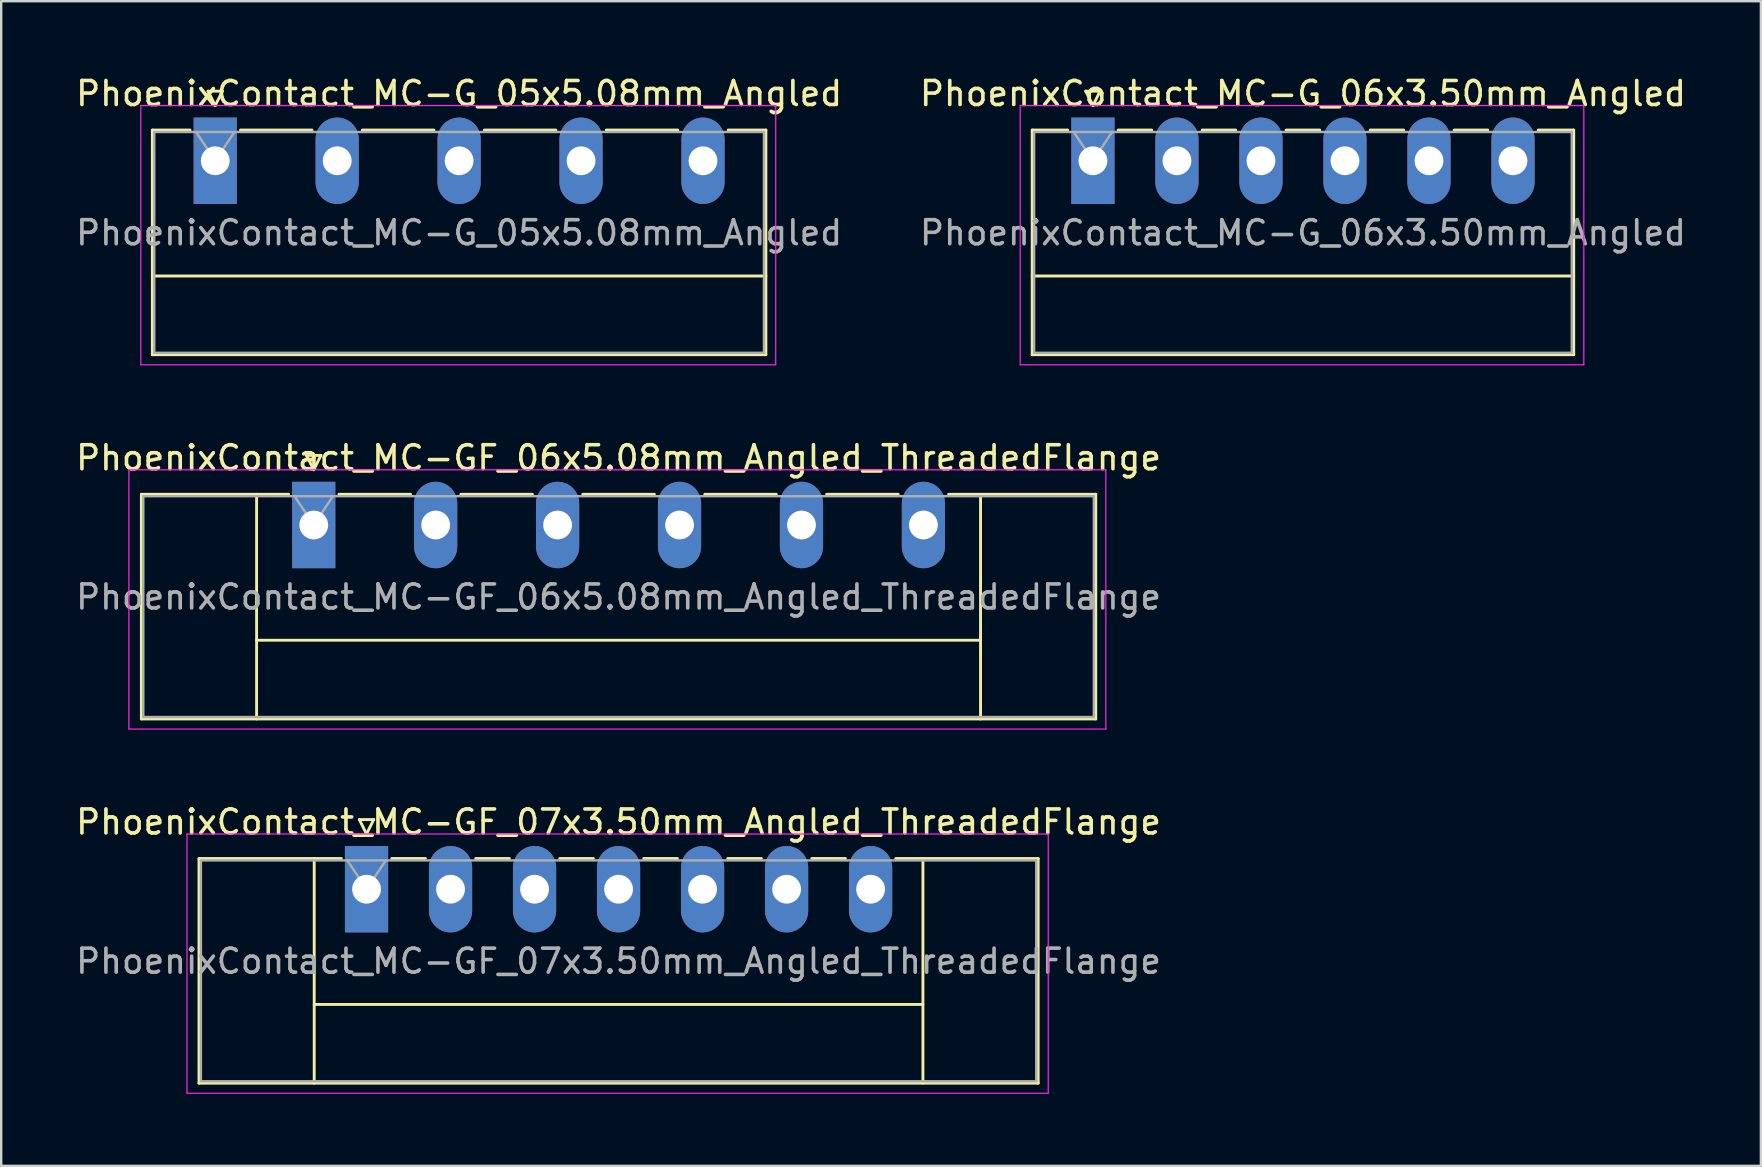
<source format=kicad_pcb>
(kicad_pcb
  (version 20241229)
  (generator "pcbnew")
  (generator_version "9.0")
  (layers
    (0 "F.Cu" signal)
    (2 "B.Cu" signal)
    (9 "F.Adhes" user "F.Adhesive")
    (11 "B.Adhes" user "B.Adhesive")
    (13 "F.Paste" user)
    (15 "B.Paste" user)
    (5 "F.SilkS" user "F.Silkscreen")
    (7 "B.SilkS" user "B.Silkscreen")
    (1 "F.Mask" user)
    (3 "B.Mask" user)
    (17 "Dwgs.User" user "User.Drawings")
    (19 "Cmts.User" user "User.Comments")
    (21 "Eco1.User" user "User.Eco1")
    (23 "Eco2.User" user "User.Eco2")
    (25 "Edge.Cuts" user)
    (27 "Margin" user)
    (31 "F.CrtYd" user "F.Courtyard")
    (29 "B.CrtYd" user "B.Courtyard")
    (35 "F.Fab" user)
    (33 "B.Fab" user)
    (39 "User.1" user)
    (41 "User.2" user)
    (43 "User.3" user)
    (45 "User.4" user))
  (footprint "PhoenixContact_MC-GF_06x5.08mm_Angled_ThreadedFlange"
    (layer "F.Cu")
    (at 10.02 18.822)
    (property "Reference" "PhoenixContact_MC-GF_06x5.08mm_Angled_ThreadedFlange" (at 12.7 -2.8 0) (layer "F.SilkS") (effects (font (size 1 1) (thickness 0.15))))
    (attr through_hole)
    (fp_line (start -7.18 -1.28) (end -7.18 8.08) (stroke (width 0.12) (type solid)) (layer "F.SilkS"))
    (fp_line (start -7.18 -1.28) (end -1.05 -1.28) (stroke (width 0.12) (type solid)) (layer "F.SilkS"))
    (fp_line (start -7.18 8.08) (end 32.58 8.08) (stroke (width 0.12) (type solid)) (layer "F.SilkS"))
    (fp_line (start -2.38 -1.28) (end -2.38 8.08) (stroke (width 0.12) (type solid)) (layer "F.SilkS"))
    (fp_line (start -2.38 4.8) (end 27.78 4.8) (stroke (width 0.12) (type solid)) (layer "F.SilkS"))
    (fp_line (start -0.3 -2.9) (end 0.3 -2.9) (stroke (width 0.12) (type solid)) (layer "F.SilkS"))
    (fp_line (start 0 -2.3) (end -0.3 -2.9) (stroke (width 0.12) (type solid)) (layer "F.SilkS"))
    (fp_line (start 0.3 -2.9) (end 0 -2.3) (stroke (width 0.12) (type solid)) (layer "F.SilkS"))
    (fp_line (start 1.05 -1.28) (end 4.03 -1.28) (stroke (width 0.12) (type solid)) (layer "F.SilkS"))
    (fp_line (start 6.13 -1.28) (end 9.11 -1.28) (stroke (width 0.12) (type solid)) (layer "F.SilkS"))
    (fp_line (start 11.21 -1.28) (end 14.19 -1.28) (stroke (width 0.12) (type solid)) (layer "F.SilkS"))
    (fp_line (start 16.29 -1.28) (end 19.27 -1.28) (stroke (width 0.12) (type solid)) (layer "F.SilkS"))
    (fp_line (start 21.37 -1.28) (end 24.35 -1.28) (stroke (width 0.12) (type solid)) (layer "F.SilkS"))
    (fp_line (start 27.78 -1.28) (end 27.78 8.08) (stroke (width 0.12) (type solid)) (layer "F.SilkS"))
    (fp_line (start 32.58 -1.28) (end 26.45 -1.28) (stroke (width 0.12) (type solid)) (layer "F.SilkS"))
    (fp_line (start 32.58 8.08) (end 32.58 -1.28) (stroke (width 0.12) (type solid)) (layer "F.SilkS"))
    (fp_line (start -7.7 -2.3) (end -7.7 8.5) (stroke (width 0.05) (type solid)) (layer "F.CrtYd"))
    (fp_line (start -7.7 8.5) (end 33 8.5) (stroke (width 0.05) (type solid)) (layer "F.CrtYd"))
    (fp_line (start 33 -2.3) (end -7.7 -2.3) (stroke (width 0.05) (type solid)) (layer "F.CrtYd"))
    (fp_line (start 33 8.5) (end 33 -2.3) (stroke (width 0.05) (type solid)) (layer "F.CrtYd"))
    (fp_line (start -7.1 -1.2) (end -7.1 8) (stroke (width 0.1) (type solid)) (layer "F.Fab"))
    (fp_line (start -7.1 8) (end 32.5 8) (stroke (width 0.1) (type solid)) (layer "F.Fab"))
    (fp_line (start 0 0) (end -0.8 -1.2) (stroke (width 0.1) (type solid)) (layer "F.Fab"))
    (fp_line (start 0.8 -1.2) (end 0 0) (stroke (width 0.1) (type solid)) (layer "F.Fab"))
    (fp_line (start 32.5 -1.2) (end -7.1 -1.2) (stroke (width 0.1) (type solid)) (layer "F.Fab"))
    (fp_line (start 32.5 8) (end 32.5 -1.2) (stroke (width 0.1) (type solid)) (layer "F.Fab"))
    (fp_text user "${REFERENCE}" (at 12.7 3 0) (layer "F.Fab") (effects (font (size 1 1) (thickness 0.15))))
    (pad "1" thru_hole rect (at 0 0) (size 1.8 3.6) (drill 1.2) (layers "*.Cu" "*.Mask"))
    (pad "2" thru_hole oval (at 5.08 0) (size 1.8 3.6) (drill 1.2) (layers "*.Cu" "*.Mask"))
    (pad "3" thru_hole oval (at 10.16 0) (size 1.8 3.6) (drill 1.2) (layers "*.Cu" "*.Mask"))
    (pad "4" thru_hole oval (at 15.24 0) (size 1.8 3.6) (drill 1.2) (layers "*.Cu" "*.Mask"))
    (pad "5" thru_hole oval (at 20.32 0) (size 1.8 3.6) (drill 1.2) (layers "*.Cu" "*.Mask"))
    (pad "6" thru_hole oval (at 25.4 0) (size 1.8 3.6) (drill 1.2) (layers "*.Cu" "*.Mask")))
  (footprint "PhoenixContact_MC-G_05x5.08mm_Angled"
    (layer "F.Cu")
    (at 5.917 3.648)
    (property "Reference" "PhoenixContact_MC-G_05x5.08mm_Angled" (at 10.16 -2.8 0) (layer "F.SilkS") (effects (font (size 1 1) (thickness 0.15))))
    (attr through_hole)
    (fp_line (start -2.62 -1.28) (end -2.62 8.08) (stroke (width 0.12) (type solid)) (layer "F.SilkS"))
    (fp_line (start -2.62 -1.28) (end -1.05 -1.28) (stroke (width 0.12) (type solid)) (layer "F.SilkS"))
    (fp_line (start -2.62 4.8) (end 22.94 4.8) (stroke (width 0.12) (type solid)) (layer "F.SilkS"))
    (fp_line (start -2.62 8.08) (end 22.94 8.08) (stroke (width 0.12) (type solid)) (layer "F.SilkS"))
    (fp_line (start -0.3 -2.9) (end 0.3 -2.9) (stroke (width 0.12) (type solid)) (layer "F.SilkS"))
    (fp_line (start 0 -2.3) (end -0.3 -2.9) (stroke (width 0.12) (type solid)) (layer "F.SilkS"))
    (fp_line (start 0.3 -2.9) (end 0 -2.3) (stroke (width 0.12) (type solid)) (layer "F.SilkS"))
    (fp_line (start 1.05 -1.28) (end 4.03 -1.28) (stroke (width 0.12) (type solid)) (layer "F.SilkS"))
    (fp_line (start 6.13 -1.28) (end 9.11 -1.28) (stroke (width 0.12) (type solid)) (layer "F.SilkS"))
    (fp_line (start 11.21 -1.28) (end 14.19 -1.28) (stroke (width 0.12) (type solid)) (layer "F.SilkS"))
    (fp_line (start 16.29 -1.28) (end 19.27 -1.28) (stroke (width 0.12) (type solid)) (layer "F.SilkS"))
    (fp_line (start 22.94 -1.28) (end 21.37 -1.28) (stroke (width 0.12) (type solid)) (layer "F.SilkS"))
    (fp_line (start 22.94 8.08) (end 22.94 -1.28) (stroke (width 0.12) (type solid)) (layer "F.SilkS"))
    (fp_line (start -3.1 -2.3) (end -3.1 8.5) (stroke (width 0.05) (type solid)) (layer "F.CrtYd"))
    (fp_line (start -3.1 8.5) (end 23.35 8.5) (stroke (width 0.05) (type solid)) (layer "F.CrtYd"))
    (fp_line (start 23.35 -2.3) (end -3.1 -2.3) (stroke (width 0.05) (type solid)) (layer "F.CrtYd"))
    (fp_line (start 23.35 8.5) (end 23.35 -2.3) (stroke (width 0.05) (type solid)) (layer "F.CrtYd"))
    (fp_line (start -2.54 -1.2) (end -2.54 8) (stroke (width 0.1) (type solid)) (layer "F.Fab"))
    (fp_line (start -2.54 8) (end 22.86 8) (stroke (width 0.1) (type solid)) (layer "F.Fab"))
    (fp_line (start 0 0) (end -0.8 -1.2) (stroke (width 0.1) (type solid)) (layer "F.Fab"))
    (fp_line (start 0.8 -1.2) (end 0 0) (stroke (width 0.1) (type solid)) (layer "F.Fab"))
    (fp_line (start 22.86 -1.2) (end -2.54 -1.2) (stroke (width 0.1) (type solid)) (layer "F.Fab"))
    (fp_line (start 22.86 8) (end 22.86 -1.2) (stroke (width 0.1) (type solid)) (layer "F.Fab"))
    (fp_text user "${REFERENCE}" (at 10.16 3 0) (layer "F.Fab") (effects (font (size 1 1) (thickness 0.15))))
    (pad "1" thru_hole rect (at 0 0) (size 1.8 3.6) (drill 1.2) (layers "*.Cu" "*.Mask"))
    (pad "2" thru_hole oval (at 5.08 0) (size 1.8 3.6) (drill 1.2) (layers "*.Cu" "*.Mask"))
    (pad "3" thru_hole oval (at 10.16 0) (size 1.8 3.6) (drill 1.2) (layers "*.Cu" "*.Mask"))
    (pad "4" thru_hole oval (at 15.24 0) (size 1.8 3.6) (drill 1.2) (layers "*.Cu" "*.Mask"))
    (pad "5" thru_hole oval (at 20.32 0) (size 1.8 3.6) (drill 1.2) (layers "*.Cu" "*.Mask")))
  (footprint "PhoenixContact_MC-GF_07x3.50mm_Angled_ThreadedFlange"
    (layer "F.Cu")
    (at 12.22 33.995)
    (property "Reference" "PhoenixContact_MC-GF_07x3.50mm_Angled_ThreadedFlange" (at 10.5 -2.8 0) (layer "F.SilkS") (effects (font (size 1 1) (thickness 0.15))))
    (attr through_hole)
    (fp_line (start -6.98 -1.28) (end -6.98 8.08) (stroke (width 0.12) (type solid)) (layer "F.SilkS"))
    (fp_line (start -6.98 -1.28) (end -1.05 -1.28) (stroke (width 0.12) (type solid)) (layer "F.SilkS"))
    (fp_line (start -6.98 8.08) (end 27.98 8.08) (stroke (width 0.12) (type solid)) (layer "F.SilkS"))
    (fp_line (start -2.18 -1.28) (end -2.18 8.08) (stroke (width 0.12) (type solid)) (layer "F.SilkS"))
    (fp_line (start -2.18 4.8) (end 23.18 4.8) (stroke (width 0.12) (type solid)) (layer "F.SilkS"))
    (fp_line (start -0.3 -2.9) (end 0.3 -2.9) (stroke (width 0.12) (type solid)) (layer "F.SilkS"))
    (fp_line (start 0 -2.3) (end -0.3 -2.9) (stroke (width 0.12) (type solid)) (layer "F.SilkS"))
    (fp_line (start 0.3 -2.9) (end 0 -2.3) (stroke (width 0.12) (type solid)) (layer "F.SilkS"))
    (fp_line (start 1.05 -1.28) (end 2.45 -1.28) (stroke (width 0.12) (type solid)) (layer "F.SilkS"))
    (fp_line (start 4.55 -1.28) (end 5.95 -1.28) (stroke (width 0.12) (type solid)) (layer "F.SilkS"))
    (fp_line (start 8.05 -1.28) (end 9.45 -1.28) (stroke (width 0.12) (type solid)) (layer "F.SilkS"))
    (fp_line (start 11.55 -1.28) (end 12.95 -1.28) (stroke (width 0.12) (type solid)) (layer "F.SilkS"))
    (fp_line (start 15.05 -1.28) (end 16.45 -1.28) (stroke (width 0.12) (type solid)) (layer "F.SilkS"))
    (fp_line (start 18.55 -1.28) (end 19.95 -1.28) (stroke (width 0.12) (type solid)) (layer "F.SilkS"))
    (fp_line (start 23.18 -1.28) (end 23.18 8.08) (stroke (width 0.12) (type solid)) (layer "F.SilkS"))
    (fp_line (start 27.98 -1.28) (end 22.05 -1.28) (stroke (width 0.12) (type solid)) (layer "F.SilkS"))
    (fp_line (start 27.98 8.08) (end 27.98 -1.28) (stroke (width 0.12) (type solid)) (layer "F.SilkS"))
    (fp_line (start -7.48 -2.3) (end -7.48 8.5) (stroke (width 0.05) (type solid)) (layer "F.CrtYd"))
    (fp_line (start -7.48 8.5) (end 28.4 8.5) (stroke (width 0.05) (type solid)) (layer "F.CrtYd"))
    (fp_line (start 28.4 -2.3) (end -7.48 -2.3) (stroke (width 0.05) (type solid)) (layer "F.CrtYd"))
    (fp_line (start 28.4 8.5) (end 28.4 -2.3) (stroke (width 0.05) (type solid)) (layer "F.CrtYd"))
    (fp_line (start -6.9 -1.2) (end -6.9 8) (stroke (width 0.1) (type solid)) (layer "F.Fab"))
    (fp_line (start -6.9 8) (end 27.9 8) (stroke (width 0.1) (type solid)) (layer "F.Fab"))
    (fp_line (start 0 0) (end -0.8 -1.2) (stroke (width 0.1) (type solid)) (layer "F.Fab"))
    (fp_line (start 0.8 -1.2) (end 0 0) (stroke (width 0.1) (type solid)) (layer "F.Fab"))
    (fp_line (start 27.9 -1.2) (end -6.9 -1.2) (stroke (width 0.1) (type solid)) (layer "F.Fab"))
    (fp_line (start 27.9 8) (end 27.9 -1.2) (stroke (width 0.1) (type solid)) (layer "F.Fab"))
    (fp_text user "${REFERENCE}" (at 10.5 3 0) (layer "F.Fab") (effects (font (size 1 1) (thickness 0.15))))
    (pad "1" thru_hole rect (at 0 0) (size 1.8 3.6) (drill 1.2) (layers "*.Cu" "*.Mask"))
    (pad "2" thru_hole oval (at 3.5 0) (size 1.8 3.6) (drill 1.2) (layers "*.Cu" "*.Mask"))
    (pad "3" thru_hole oval (at 7 0) (size 1.8 3.6) (drill 1.2) (layers "*.Cu" "*.Mask"))
    (pad "4" thru_hole oval (at 10.5 0) (size 1.8 3.6) (drill 1.2) (layers "*.Cu" "*.Mask"))
    (pad "5" thru_hole oval (at 14 0) (size 1.8 3.6) (drill 1.2) (layers "*.Cu" "*.Mask"))
    (pad "6" thru_hole oval (at 17.5 0) (size 1.8 3.6) (drill 1.2) (layers "*.Cu" "*.Mask"))
    (pad "7" thru_hole oval (at 21 0) (size 1.8 3.6) (drill 1.2) (layers "*.Cu" "*.Mask")))
  (footprint "PhoenixContact_MC-G_06x3.50mm_Angled"
    (layer "F.Cu")
    (at 42.482 3.648)
    (property "Reference" "PhoenixContact_MC-G_06x3.50mm_Angled" (at 8.75 -2.8 0) (layer "F.SilkS") (effects (font (size 1 1) (thickness 0.15))))
    (attr through_hole)
    (fp_line (start -2.53 -1.28) (end -2.53 8.08) (stroke (width 0.12) (type solid)) (layer "F.SilkS"))
    (fp_line (start -2.53 -1.28) (end -1.05 -1.28) (stroke (width 0.12) (type solid)) (layer "F.SilkS"))
    (fp_line (start -2.53 4.8) (end 20.03 4.8) (stroke (width 0.12) (type solid)) (layer "F.SilkS"))
    (fp_line (start -2.53 8.08) (end 20.03 8.08) (stroke (width 0.12) (type solid)) (layer "F.SilkS"))
    (fp_line (start -0.3 -2.9) (end 0.3 -2.9) (stroke (width 0.12) (type solid)) (layer "F.SilkS"))
    (fp_line (start 0 -2.3) (end -0.3 -2.9) (stroke (width 0.12) (type solid)) (layer "F.SilkS"))
    (fp_line (start 0.3 -2.9) (end 0 -2.3) (stroke (width 0.12) (type solid)) (layer "F.SilkS"))
    (fp_line (start 1.05 -1.28) (end 2.45 -1.28) (stroke (width 0.12) (type solid)) (layer "F.SilkS"))
    (fp_line (start 4.55 -1.28) (end 5.95 -1.28) (stroke (width 0.12) (type solid)) (layer "F.SilkS"))
    (fp_line (start 8.05 -1.28) (end 9.45 -1.28) (stroke (width 0.12) (type solid)) (layer "F.SilkS"))
    (fp_line (start 11.55 -1.28) (end 12.95 -1.28) (stroke (width 0.12) (type solid)) (layer "F.SilkS"))
    (fp_line (start 15.05 -1.28) (end 16.45 -1.28) (stroke (width 0.12) (type solid)) (layer "F.SilkS"))
    (fp_line (start 20.03 -1.28) (end 18.55 -1.28) (stroke (width 0.12) (type solid)) (layer "F.SilkS"))
    (fp_line (start 20.03 8.08) (end 20.03 -1.28) (stroke (width 0.12) (type solid)) (layer "F.SilkS"))
    (fp_line (start -3.03 -2.3) (end -3.03 8.5) (stroke (width 0.05) (type solid)) (layer "F.CrtYd"))
    (fp_line (start -3.03 8.5) (end 20.45 8.5) (stroke (width 0.05) (type solid)) (layer "F.CrtYd"))
    (fp_line (start 20.45 -2.3) (end -3.03 -2.3) (stroke (width 0.05) (type solid)) (layer "F.CrtYd"))
    (fp_line (start 20.45 8.5) (end 20.45 -2.3) (stroke (width 0.05) (type solid)) (layer "F.CrtYd"))
    (fp_line (start -2.45 -1.2) (end -2.45 8) (stroke (width 0.1) (type solid)) (layer "F.Fab"))
    (fp_line (start -2.45 8) (end 19.95 8) (stroke (width 0.1) (type solid)) (layer "F.Fab"))
    (fp_line (start 0 0) (end -0.8 -1.2) (stroke (width 0.1) (type solid)) (layer "F.Fab"))
    (fp_line (start 0.8 -1.2) (end 0 0) (stroke (width 0.1) (type solid)) (layer "F.Fab"))
    (fp_line (start 19.95 -1.2) (end -2.45 -1.2) (stroke (width 0.1) (type solid)) (layer "F.Fab"))
    (fp_line (start 19.95 8) (end 19.95 -1.2) (stroke (width 0.1) (type solid)) (layer "F.Fab"))
    (fp_text user "${REFERENCE}" (at 8.75 3 0) (layer "F.Fab") (effects (font (size 1 1) (thickness 0.15))))
    (pad "1" thru_hole rect (at 0 0) (size 1.8 3.6) (drill 1.2) (layers "*.Cu" "*.Mask"))
    (pad "2" thru_hole oval (at 3.5 0) (size 1.8 3.6) (drill 1.2) (layers "*.Cu" "*.Mask"))
    (pad "3" thru_hole oval (at 7 0) (size 1.8 3.6) (drill 1.2) (layers "*.Cu" "*.Mask"))
    (pad "4" thru_hole oval (at 10.5 0) (size 1.8 3.6) (drill 1.2) (layers "*.Cu" "*.Mask"))
    (pad "5" thru_hole oval (at 14 0) (size 1.8 3.6) (drill 1.2) (layers "*.Cu" "*.Mask"))
    (pad "6" thru_hole oval (at 17.5 0) (size 1.8 3.6) (drill 1.2) (layers "*.Cu" "*.Mask")))
  (gr_rect
    (start -3 -3)
    (end 70.31 45.52)
    (stroke (width 0.1) (type default))
    (fill no)
    (layer "Edge.Cuts")))
</source>
